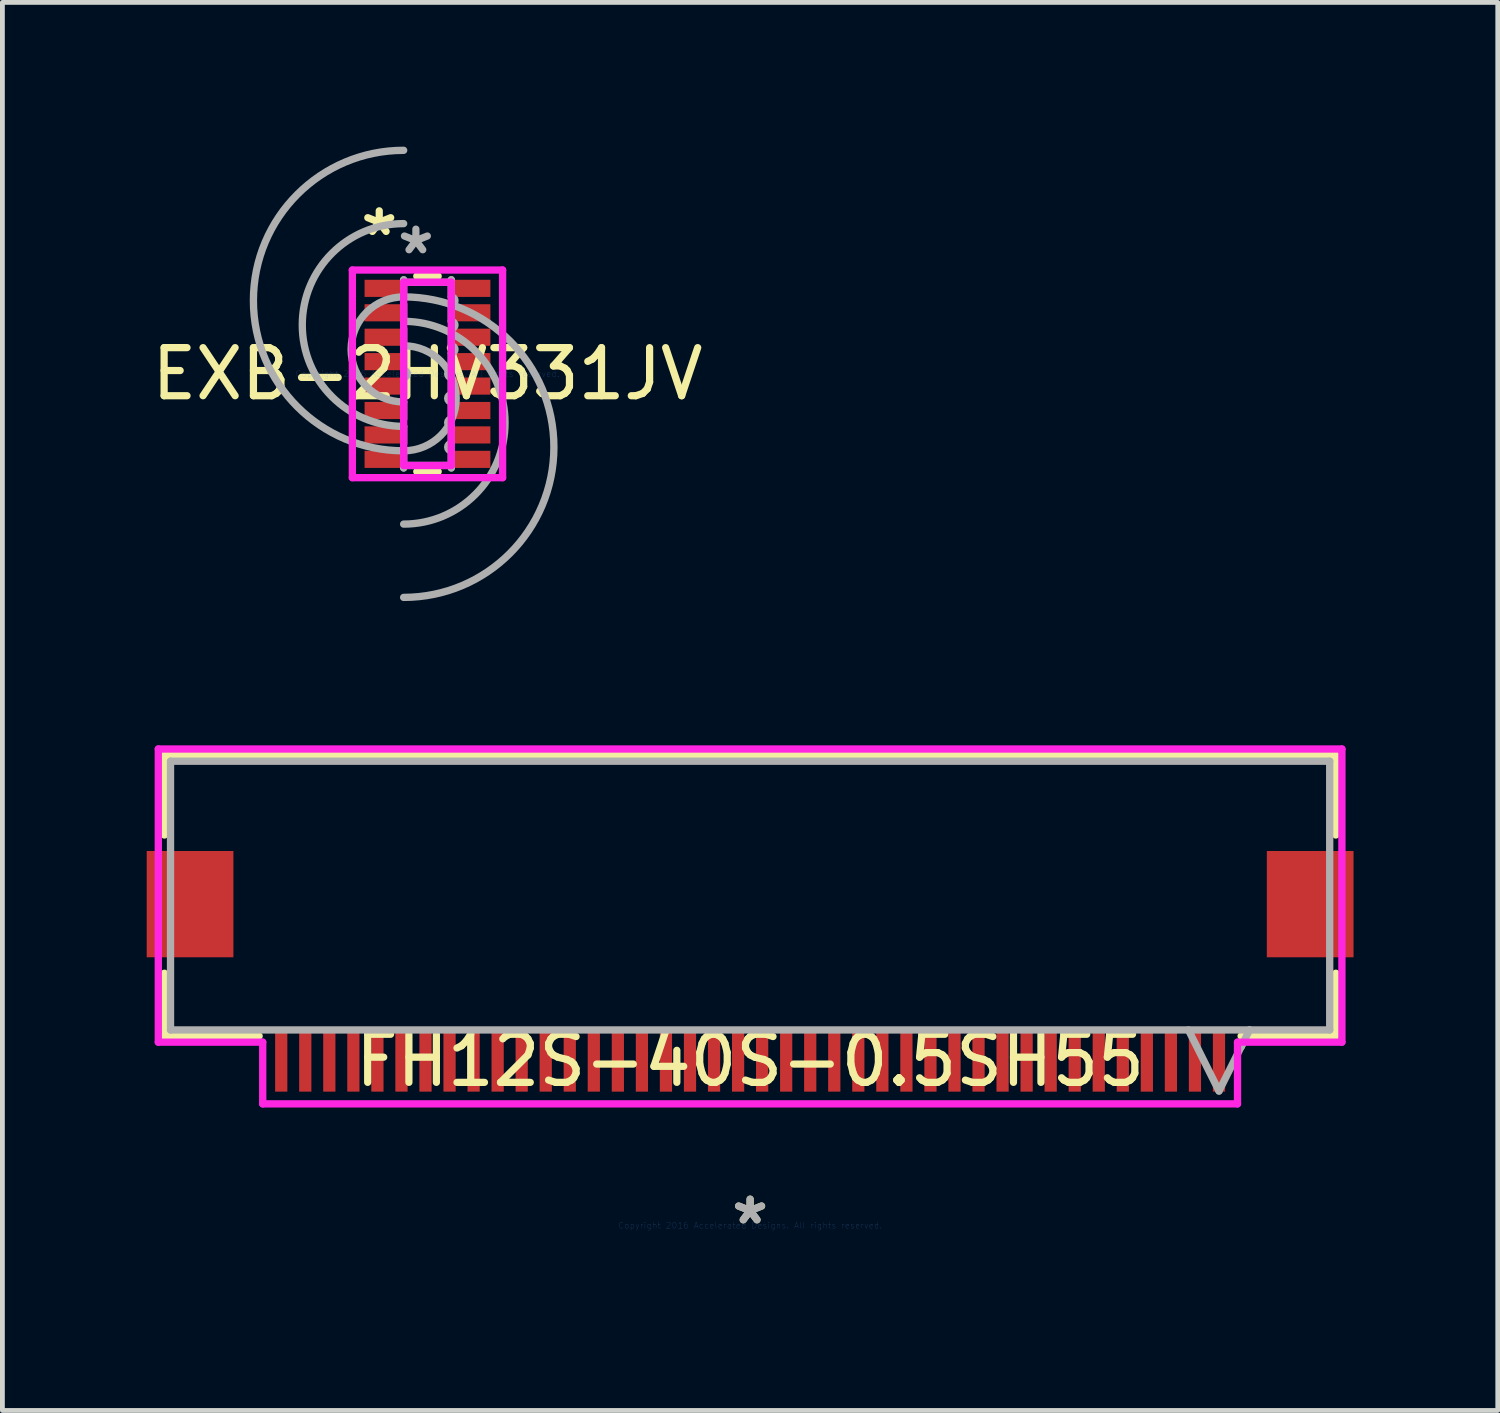
<source format=kicad_pcb>
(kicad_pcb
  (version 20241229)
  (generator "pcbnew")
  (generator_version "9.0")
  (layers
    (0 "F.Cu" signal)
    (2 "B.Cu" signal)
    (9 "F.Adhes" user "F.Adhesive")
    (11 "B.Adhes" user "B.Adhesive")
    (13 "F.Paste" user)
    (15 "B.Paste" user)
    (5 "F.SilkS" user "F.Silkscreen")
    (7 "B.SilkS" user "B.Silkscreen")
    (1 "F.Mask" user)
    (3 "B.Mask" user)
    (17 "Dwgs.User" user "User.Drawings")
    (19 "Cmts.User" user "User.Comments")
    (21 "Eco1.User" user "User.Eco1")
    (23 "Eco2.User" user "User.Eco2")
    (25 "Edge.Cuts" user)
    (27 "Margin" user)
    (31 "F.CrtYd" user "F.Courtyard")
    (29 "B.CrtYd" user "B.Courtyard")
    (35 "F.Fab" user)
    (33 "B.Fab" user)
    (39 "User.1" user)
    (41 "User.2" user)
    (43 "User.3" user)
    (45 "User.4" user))
  (footprint "EXB-2HV331JV"
    (layer "F.Cu")
    (at 5.839 4.724)
    (property "Reference" "EXB-2HV331JV" (at 0 0 0) (layer "F.SilkS") (effects (font (size 1 1) (thickness 0.15))))
    (attr through_hole)
    (fp_line (start -0.222 2.032) (end 0.222 2.032) (stroke (width 0.152) (type solid)) (layer "F.SilkS"))
    (fp_line (start 0.222 -2.032) (end -0.222 -2.032) (stroke (width 0.152) (type solid)) (layer "F.SilkS"))
    (fp_line (start -1.562 -2.159) (end 1.562 -2.159) (stroke (width 0.152) (type solid)) (layer "F.CrtYd"))
    (fp_line (start -1.562 2.159) (end -1.562 -2.159) (stroke (width 0.152) (type solid)) (layer "F.CrtYd"))
    (fp_line (start -0.495 -1.905) (end 0.495 -1.905) (stroke (width 0.152) (type solid)) (layer "F.CrtYd"))
    (fp_line (start -0.495 1.905) (end -0.495 -1.905) (stroke (width 0.152) (type solid)) (layer "F.CrtYd"))
    (fp_line (start 0.495 -1.905) (end 0.495 1.905) (stroke (width 0.152) (type solid)) (layer "F.CrtYd"))
    (fp_line (start 0.495 1.905) (end -0.495 1.905) (stroke (width 0.152) (type solid)) (layer "F.CrtYd"))
    (fp_line (start 1.562 -2.159) (end 1.562 2.159) (stroke (width 0.152) (type solid)) (layer "F.CrtYd"))
    (fp_line (start 1.562 2.159) (end -1.562 2.159) (stroke (width 0.152) (type solid)) (layer "F.CrtYd"))
    (fp_line (start -0.495 -1.956) (end -0.495 -1.6) (stroke (width 0.152) (type solid)) (layer "F.Fab"))
    (fp_line (start -0.495 -1.905) (end -0.495 -1.956) (stroke (width 0.152) (type solid)) (layer "F.Fab"))
    (fp_line (start -0.495 -1.448) (end -0.495 -1.092) (stroke (width 0.152) (type solid)) (layer "F.Fab"))
    (fp_line (start -0.495 -0.94) (end -0.495 -0.584) (stroke (width 0.152) (type solid)) (layer "F.Fab"))
    (fp_line (start -0.495 -0.432) (end -0.495 -0.076) (stroke (width 0.152) (type solid)) (layer "F.Fab"))
    (fp_line (start -0.495 0.076) (end -0.495 0.432) (stroke (width 0.152) (type solid)) (layer "F.Fab"))
    (fp_line (start -0.495 0.584) (end -0.495 0.94) (stroke (width 0.152) (type solid)) (layer "F.Fab"))
    (fp_line (start -0.495 1.092) (end -0.495 1.448) (stroke (width 0.152) (type solid)) (layer "F.Fab"))
    (fp_line (start -0.495 1.6) (end -0.495 1.956) (stroke (width 0.152) (type solid)) (layer "F.Fab"))
    (fp_line (start -0.495 1.905) (end 0.495 1.905) (stroke (width 0.152) (type solid)) (layer "F.Fab"))
    (fp_line (start -0.495 1.956) (end -0.495 1.905) (stroke (width 0.152) (type solid)) (layer "F.Fab"))
    (fp_line (start 0.495 -1.956) (end 0.495 -1.6) (stroke (width 0.152) (type solid)) (layer "F.Fab"))
    (fp_line (start 0.495 -1.905) (end -0.495 -1.905) (stroke (width 0.152) (type solid)) (layer "F.Fab"))
    (fp_line (start 0.495 -1.905) (end 0.495 -1.956) (stroke (width 0.152) (type solid)) (layer "F.Fab"))
    (fp_line (start 0.495 -1.448) (end 0.495 -1.092) (stroke (width 0.152) (type solid)) (layer "F.Fab"))
    (fp_line (start 0.495 -0.94) (end 0.495 -0.584) (stroke (width 0.152) (type solid)) (layer "F.Fab"))
    (fp_line (start 0.495 -0.432) (end 0.495 -0.076) (stroke (width 0.152) (type solid)) (layer "F.Fab"))
    (fp_line (start 0.495 0.076) (end 0.495 0.432) (stroke (width 0.152) (type solid)) (layer "F.Fab"))
    (fp_line (start 0.495 0.584) (end 0.495 0.94) (stroke (width 0.152) (type solid)) (layer "F.Fab"))
    (fp_line (start 0.495 1.092) (end 0.495 1.448) (stroke (width 0.152) (type solid)) (layer "F.Fab"))
    (fp_line (start 0.495 1.6) (end 0.495 1.956) (stroke (width 0.152) (type solid)) (layer "F.Fab"))
    (fp_line (start 0.495 1.956) (end 0.495 1.905) (stroke (width 0.152) (type solid)) (layer "F.Fab"))
    (fp_arc (start -0.4953 -1.6002) (mid 2.6289 1.524) (end -0.4953 4.6482) (stroke (width 0.1524) (type solid)) (layer "F.Fab"))
    (fp_arc (start -0.4953 -1.0922) (mid 1.6129 1.016) (end -0.4953 3.1242) (stroke (width 0.1524) (type solid)) (layer "F.Fab"))
    (fp_arc (start -0.4953 -0.5842) (mid 0.5969 0.508) (end -0.4953 1.6002) (stroke (width 0.1524) (type solid)) (layer "F.Fab"))
    (fp_arc (start -0.4953 -0.0762) (mid -0.4191 0) (end -0.4953 0.0762) (stroke (width 0.1524) (type solid)) (layer "F.Fab"))
    (fp_arc (start -0.4953 0.5842) (mid -1.5875 -0.508) (end -0.4953 -1.6002) (stroke (width 0.1524) (type solid)) (layer "F.Fab"))
    (fp_arc (start -0.4953 1.0922) (mid -2.6035 -1.016) (end -0.4953 -3.1242) (stroke (width 0.1524) (type solid)) (layer "F.Fab"))
    (fp_arc (start -0.4953 1.6002) (mid -3.6195 -1.524) (end -0.4953 -4.6482) (stroke (width 0.1524) (type solid)) (layer "F.Fab"))
    (fp_arc (start 0.4953 -1.6002) (mid 0.5715 -1.524) (end 0.4953 -1.4478) (stroke (width 0.1524) (type solid)) (layer "F.Fab"))
    (fp_arc (start 0.4953 -1.0922) (mid 0.5715 -1.016) (end 0.4953 -0.9398) (stroke (width 0.1524) (type solid)) (layer "F.Fab"))
    (fp_arc (start 0.4953 -0.5842) (mid 0.5715 -0.508) (end 0.4953 -0.4318) (stroke (width 0.1524) (type solid)) (layer "F.Fab"))
    (fp_arc (start 0.4953 0.0762) (mid 0.4191 0) (end 0.4953 -0.0762) (stroke (width 0.1524) (type solid)) (layer "F.Fab"))
    (fp_arc (start 0.4953 0.5842) (mid 0.4191 0.508) (end 0.4953 0.4318) (stroke (width 0.1524) (type solid)) (layer "F.Fab"))
    (fp_arc (start 0.4953 1.0922) (mid 0.4191 1.016) (end 0.4953 0.9398) (stroke (width 0.1524) (type solid)) (layer "F.Fab"))
    (fp_arc (start 0.4953 1.6002) (mid 0.4191 1.524) (end 0.4953 1.4478) (stroke (width 0.1524) (type solid)) (layer "F.Fab"))
    (fp_text user "*" (at -1.003 -2.845 0) (layer "F.SilkS") (effects (font (size 1 1) (thickness 0.15))))
    (fp_text user "Copyright 2016 Accelerated Designs. All rights reserved." (at 0 0 0) (layer "Cmts.User") (effects (font (size 0.127 0.127) (thickness 0.002))))
    (fp_text user "*" (at -0.241 -2.464 0) (layer "F.Fab") (effects (font (size 1 1) (thickness 0.15))))
    (pad "1" smd rect (at -0.927 -1.778) (size 0.762 0.356) (layers "F.Cu" "F.Mask" "F.Paste"))
    (pad "2" smd rect (at -0.927 -1.27) (size 0.762 0.356) (layers "F.Cu" "F.Mask" "F.Paste"))
    (pad "3" smd rect (at -0.927 -0.762) (size 0.762 0.356) (layers "F.Cu" "F.Mask" "F.Paste"))
    (pad "4" smd rect (at -0.927 -0.254) (size 0.762 0.356) (layers "F.Cu" "F.Mask" "F.Paste"))
    (pad "5" smd rect (at -0.927 0.254) (size 0.762 0.356) (layers "F.Cu" "F.Mask" "F.Paste"))
    (pad "6" smd rect (at -0.927 0.762) (size 0.762 0.356) (layers "F.Cu" "F.Mask" "F.Paste"))
    (pad "7" smd rect (at -0.927 1.27) (size 0.762 0.356) (layers "F.Cu" "F.Mask" "F.Paste"))
    (pad "8" smd rect (at -0.927 1.778) (size 0.762 0.356) (layers "F.Cu" "F.Mask" "F.Paste"))
    (pad "9" smd rect (at 0.927 1.778) (size 0.762 0.356) (layers "F.Cu" "F.Mask" "F.Paste"))
    (pad "10" smd rect (at 0.927 1.27) (size 0.762 0.356) (layers "F.Cu" "F.Mask" "F.Paste"))
    (pad "11" smd rect (at 0.927 0.762) (size 0.762 0.356) (layers "F.Cu" "F.Mask" "F.Paste"))
    (pad "12" smd rect (at 0.927 0.254) (size 0.762 0.356) (layers "F.Cu" "F.Mask" "F.Paste"))
    (pad "13" smd rect (at 0.927 -0.254) (size 0.762 0.356) (layers "F.Cu" "F.Mask" "F.Paste"))
    (pad "14" smd rect (at 0.927 -0.762) (size 0.762 0.356) (layers "F.Cu" "F.Mask" "F.Paste"))
    (pad "15" smd rect (at 0.927 -1.27) (size 0.762 0.356) (layers "F.Cu" "F.Mask" "F.Paste"))
    (pad "16" smd rect (at 0.927 -1.778) (size 0.762 0.356) (layers "F.Cu" "F.Mask" "F.Paste")))
  (footprint "FH12S-40S-0.5SH55"
    (layer "F.Cu")
    (at 12.548 22.431)
    (property "Reference" "FH12S-40S-0.5SH55" (at 0 -3.429 0) (layer "F.SilkS") (effects (font (size 1 1) (thickness 0.15))))
    (attr through_hole)
    (fp_line (start -12.179 -9.779) (end -12.179 -8.118) (stroke (width 0.152) (type solid)) (layer "F.SilkS"))
    (fp_line (start -12.179 -5.243) (end -12.179 -3.937) (stroke (width 0.152) (type solid)) (layer "F.SilkS"))
    (fp_line (start -12.179 -3.937) (end -10.21 -3.937) (stroke (width 0.152) (type solid)) (layer "F.SilkS"))
    (fp_line (start 10.21 -3.937) (end 12.179 -3.937) (stroke (width 0.152) (type solid)) (layer "F.SilkS"))
    (fp_line (start 10.385 -4.064) (end 10.21 -3.713) (stroke (width 0.152) (type solid)) (layer "F.SilkS"))
    (fp_line (start 12.179 -9.779) (end -12.179 -9.779) (stroke (width 0.152) (type solid)) (layer "F.SilkS"))
    (fp_line (start 12.179 -8.118) (end 12.179 -9.779) (stroke (width 0.152) (type solid)) (layer "F.SilkS"))
    (fp_line (start 12.179 -3.937) (end 12.179 -5.243) (stroke (width 0.152) (type solid)) (layer "F.SilkS"))
    (fp_line (start -12.306 -9.906) (end -12.306 -3.81) (stroke (width 0.152) (type solid)) (layer "F.CrtYd"))
    (fp_line (start -12.306 -3.81) (end -10.135 -3.81) (stroke (width 0.152) (type solid)) (layer "F.CrtYd"))
    (fp_line (start -10.135 -3.81) (end -10.135 -2.527) (stroke (width 0.152) (type solid)) (layer "F.CrtYd"))
    (fp_line (start -10.135 -2.527) (end 10.135 -2.527) (stroke (width 0.152) (type solid)) (layer "F.CrtYd"))
    (fp_line (start 10.135 -3.81) (end 12.306 -3.81) (stroke (width 0.152) (type solid)) (layer "F.CrtYd"))
    (fp_line (start 10.135 -2.527) (end 10.135 -3.81) (stroke (width 0.152) (type solid)) (layer "F.CrtYd"))
    (fp_line (start 12.306 -9.906) (end -12.306 -9.906) (stroke (width 0.152) (type solid)) (layer "F.CrtYd"))
    (fp_line (start 12.306 -3.81) (end 12.306 -9.906) (stroke (width 0.152) (type solid)) (layer "F.CrtYd"))
    (fp_line (start -12.052 -9.652) (end -12.052 -4.064) (stroke (width 0.152) (type solid)) (layer "F.Fab"))
    (fp_line (start -12.052 -4.064) (end 12.052 -4.064) (stroke (width 0.152) (type solid)) (layer "F.Fab"))
    (fp_line (start 9.115 -4.064) (end 9.75 -2.794) (stroke (width 0.152) (type solid)) (layer "F.Fab"))
    (fp_line (start 10.385 -4.064) (end 9.75 -2.794) (stroke (width 0.152) (type solid)) (layer "F.Fab"))
    (fp_line (start 12.052 -9.652) (end -12.052 -9.652) (stroke (width 0.152) (type solid)) (layer "F.Fab"))
    (fp_line (start 12.052 -4.064) (end 12.052 -9.652) (stroke (width 0.152) (type solid)) (layer "F.Fab"))
    (fp_text user "*" (at 0 0 0) (layer "F.SilkS") (effects (font (size 1 1) (thickness 0.15))))
    (fp_text user "Copyright 2016 Accelerated Designs. All rights reserved." (at 0 0 0) (layer "Cmts.User") (effects (font (size 0.127 0.127) (thickness 0.002))))
    (fp_text user "*" (at 0 0 0) (layer "F.Fab") (effects (font (size 1 1) (thickness 0.15))))
    (pad "1" smd rect (at 9.75 -3.429 90) (size 1.295 0.254) (layers "F.Cu" "F.Mask" "F.Paste"))
    (pad "2" smd rect (at 9.25 -3.429 90) (size 1.295 0.254) (layers "F.Cu" "F.Mask" "F.Paste"))
    (pad "3" smd rect (at 8.75 -3.429 90) (size 1.295 0.254) (layers "F.Cu" "F.Mask" "F.Paste"))
    (pad "4" smd rect (at 8.25 -3.429 90) (size 1.295 0.254) (layers "F.Cu" "F.Mask" "F.Paste"))
    (pad "5" smd rect (at 7.75 -3.429 90) (size 1.295 0.254) (layers "F.Cu" "F.Mask" "F.Paste"))
    (pad "6" smd rect (at 7.25 -3.429 90) (size 1.295 0.254) (layers "F.Cu" "F.Mask" "F.Paste"))
    (pad "7" smd rect (at 6.75 -3.429 90) (size 1.295 0.254) (layers "F.Cu" "F.Mask" "F.Paste"))
    (pad "8" smd rect (at 6.25 -3.429 90) (size 1.295 0.254) (layers "F.Cu" "F.Mask" "F.Paste"))
    (pad "9" smd rect (at 5.75 -3.429 90) (size 1.295 0.254) (layers "F.Cu" "F.Mask" "F.Paste"))
    (pad "10" smd rect (at 5.25 -3.429 90) (size 1.295 0.254) (layers "F.Cu" "F.Mask" "F.Paste"))
    (pad "11" smd rect (at 4.75 -3.429 90) (size 1.295 0.254) (layers "F.Cu" "F.Mask" "F.Paste"))
    (pad "12" smd rect (at 4.25 -3.429 90) (size 1.295 0.254) (layers "F.Cu" "F.Mask" "F.Paste"))
    (pad "13" smd rect (at 3.75 -3.429 90) (size 1.295 0.254) (layers "F.Cu" "F.Mask" "F.Paste"))
    (pad "14" smd rect (at 3.25 -3.429 90) (size 1.295 0.254) (layers "F.Cu" "F.Mask" "F.Paste"))
    (pad "15" smd rect (at 2.75 -3.429 90) (size 1.295 0.254) (layers "F.Cu" "F.Mask" "F.Paste"))
    (pad "16" smd rect (at 2.25 -3.429 90) (size 1.295 0.254) (layers "F.Cu" "F.Mask" "F.Paste"))
    (pad "17" smd rect (at 1.75 -3.429 90) (size 1.295 0.254) (layers "F.Cu" "F.Mask" "F.Paste"))
    (pad "18" smd rect (at 1.25 -3.429 90) (size 1.295 0.254) (layers "F.Cu" "F.Mask" "F.Paste"))
    (pad "19" smd rect (at 0.75 -3.429 90) (size 1.295 0.254) (layers "F.Cu" "F.Mask" "F.Paste"))
    (pad "20" smd rect (at 0.25 -3.429 90) (size 1.295 0.254) (layers "F.Cu" "F.Mask" "F.Paste"))
    (pad "21" smd rect (at -0.25 -3.429 90) (size 1.295 0.254) (layers "F.Cu" "F.Mask" "F.Paste"))
    (pad "22" smd rect (at -0.75 -3.429 90) (size 1.295 0.254) (layers "F.Cu" "F.Mask" "F.Paste"))
    (pad "23" smd rect (at -1.25 -3.429 90) (size 1.295 0.254) (layers "F.Cu" "F.Mask" "F.Paste"))
    (pad "24" smd rect (at -1.75 -3.429 90) (size 1.295 0.254) (layers "F.Cu" "F.Mask" "F.Paste"))
    (pad "25" smd rect (at -2.25 -3.429 90) (size 1.295 0.254) (layers "F.Cu" "F.Mask" "F.Paste"))
    (pad "26" smd rect (at -2.75 -3.429 90) (size 1.295 0.254) (layers "F.Cu" "F.Mask" "F.Paste"))
    (pad "27" smd rect (at -3.25 -3.429 90) (size 1.295 0.254) (layers "F.Cu" "F.Mask" "F.Paste"))
    (pad "28" smd rect (at -3.75 -3.429 90) (size 1.295 0.254) (layers "F.Cu" "F.Mask" "F.Paste"))
    (pad "29" smd rect (at -4.25 -3.429 90) (size 1.295 0.254) (layers "F.Cu" "F.Mask" "F.Paste"))
    (pad "30" smd rect (at -4.75 -3.429 90) (size 1.295 0.254) (layers "F.Cu" "F.Mask" "F.Paste"))
    (pad "31" smd rect (at -5.25 -3.429 90) (size 1.295 0.254) (layers "F.Cu" "F.Mask" "F.Paste"))
    (pad "32" smd rect (at -5.75 -3.429 90) (size 1.295 0.254) (layers "F.Cu" "F.Mask" "F.Paste"))
    (pad "33" smd rect (at -6.25 -3.429 90) (size 1.295 0.254) (layers "F.Cu" "F.Mask" "F.Paste"))
    (pad "34" smd rect (at -6.75 -3.429 90) (size 1.295 0.254) (layers "F.Cu" "F.Mask" "F.Paste"))
    (pad "35" smd rect (at -7.25 -3.429 90) (size 1.295 0.254) (layers "F.Cu" "F.Mask" "F.Paste"))
    (pad "36" smd rect (at -7.75 -3.429 90) (size 1.295 0.254) (layers "F.Cu" "F.Mask" "F.Paste"))
    (pad "37" smd rect (at -8.25 -3.429 90) (size 1.295 0.254) (layers "F.Cu" "F.Mask" "F.Paste"))
    (pad "38" smd rect (at -8.75 -3.429 90) (size 1.295 0.254) (layers "F.Cu" "F.Mask" "F.Paste"))
    (pad "39" smd rect (at -9.25 -3.429 90) (size 1.295 0.254) (layers "F.Cu" "F.Mask" "F.Paste"))
    (pad "40" smd rect (at -9.75 -3.429 90) (size 1.295 0.254) (layers "F.Cu" "F.Mask" "F.Paste"))
    (pad "41" smd rect (at -11.646 -6.68) (size 1.803 2.21) (layers "F.Cu" "F.Mask" "F.Paste"))
    (pad "42" smd rect (at 11.646 -6.68) (size 1.803 2.21) (layers "F.Cu" "F.Mask" "F.Paste")))
  (gr_rect
    (start -3 -3)
    (end 28.095 26.279)
    (stroke (width 0.1) (type default))
    (fill no)
    (layer "Edge.Cuts")))
</source>
